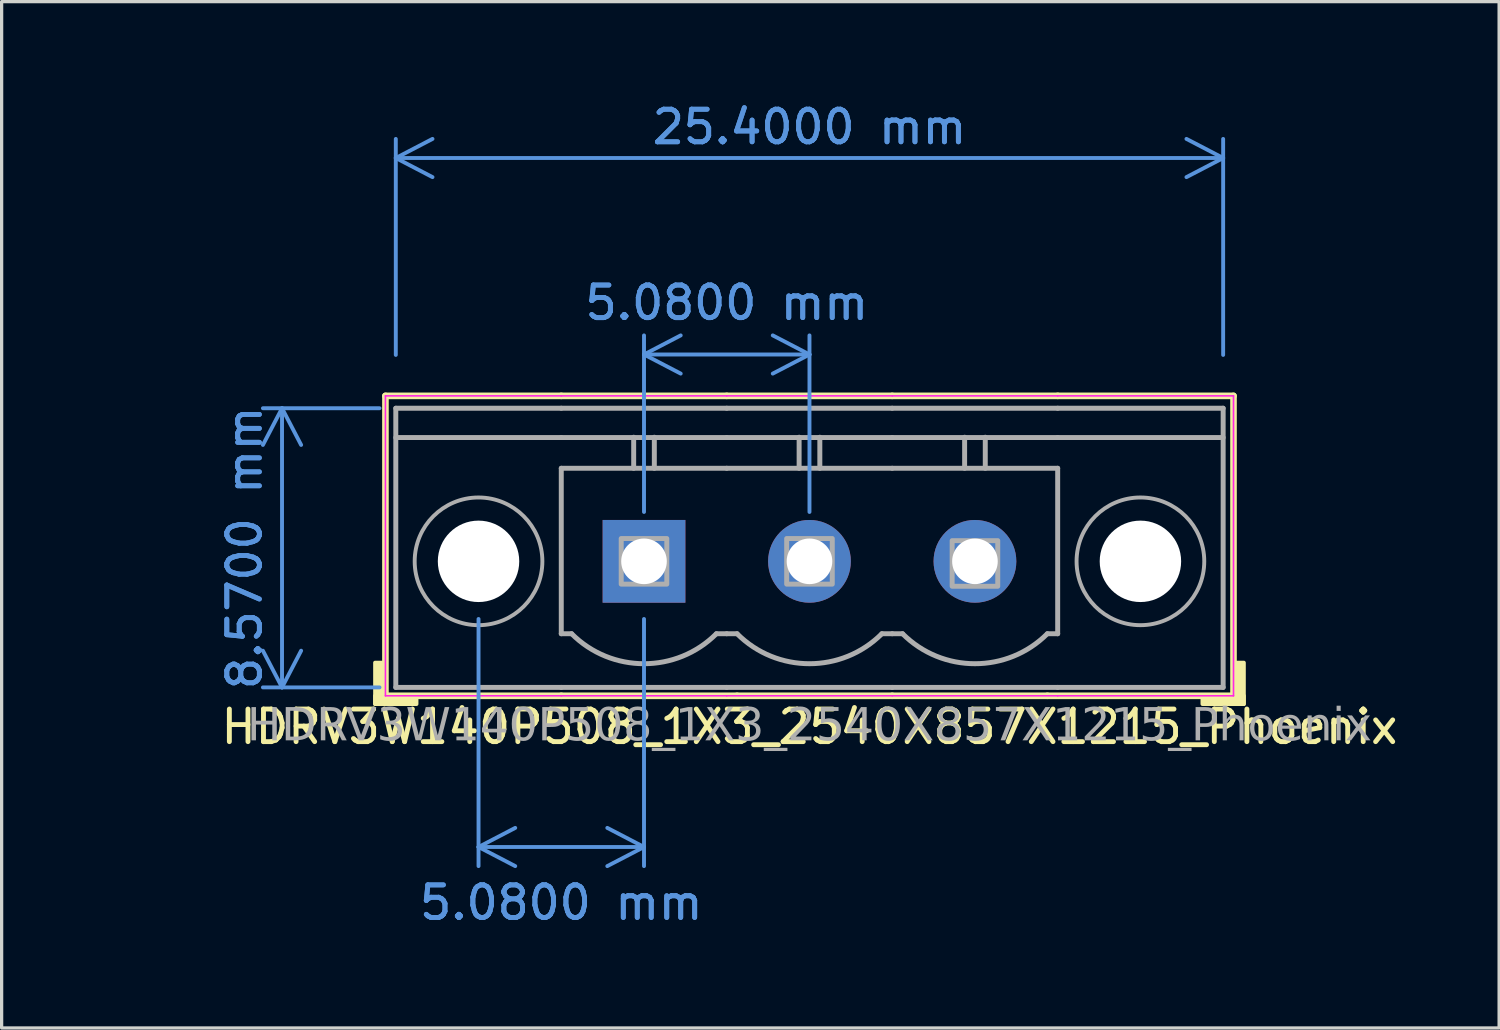
<source format=kicad_pcb>
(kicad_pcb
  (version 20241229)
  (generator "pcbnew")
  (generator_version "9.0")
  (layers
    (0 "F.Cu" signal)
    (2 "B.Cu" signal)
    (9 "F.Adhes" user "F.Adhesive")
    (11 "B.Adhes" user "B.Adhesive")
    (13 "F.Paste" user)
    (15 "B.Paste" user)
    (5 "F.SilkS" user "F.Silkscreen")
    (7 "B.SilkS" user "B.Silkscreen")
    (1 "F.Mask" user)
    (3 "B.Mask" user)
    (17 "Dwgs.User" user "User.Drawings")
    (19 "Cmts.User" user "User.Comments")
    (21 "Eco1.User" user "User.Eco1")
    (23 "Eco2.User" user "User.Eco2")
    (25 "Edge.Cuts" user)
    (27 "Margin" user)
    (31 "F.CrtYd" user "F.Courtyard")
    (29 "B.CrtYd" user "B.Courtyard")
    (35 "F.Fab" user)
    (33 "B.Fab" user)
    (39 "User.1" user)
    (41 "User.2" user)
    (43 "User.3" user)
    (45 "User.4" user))
  (footprint "HDRV3W140P508_1X3_2540X857X1215_Phoenix"
    (layer "F.Cu")
    (at 21.801 14.183)
    (property "Reference" "HDRV3W140P508_1X3_2540X857X1215_Phoenix" (at 0 5.08 0) (layer "F.SilkS") (effects (font (size 1 1) (thickness 0.15))))
    (attr through_hole)
    (fp_line (start -13.018 -5.08) (end -13.018 4.128) (stroke (width 0.203) (type solid)) (layer "F.SilkS"))
    (fp_line (start -13.018 -5.08) (end -7.62 -5.08) (stroke (width 0.203) (type solid)) (layer "F.SilkS"))
    (fp_line (start -13.018 4.128) (end -7.62 4.128) (stroke (width 0.203) (type solid)) (layer "F.SilkS"))
    (fp_line (start -2.54 -5.08) (end -7.62 -5.08) (stroke (width 0.203) (type solid)) (layer "F.SilkS"))
    (fp_line (start -2.223 4.128) (end -7.62 4.128) (stroke (width 0.203) (type solid)) (layer "F.SilkS"))
    (fp_line (start -2.223 4.128) (end 2.54 4.128) (stroke (width 0.203) (type solid)) (layer "F.SilkS"))
    (fp_line (start 2.54 -5.08) (end -2.54 -5.08) (stroke (width 0.203) (type solid)) (layer "F.SilkS"))
    (fp_line (start 2.54 -5.08) (end 7.62 -5.08) (stroke (width 0.203) (type solid)) (layer "F.SilkS"))
    (fp_line (start 7.303 4.128) (end 2.54 4.128) (stroke (width 0.203) (type solid)) (layer "F.SilkS"))
    (fp_line (start 13.018 -5.08) (end 7.62 -5.08) (stroke (width 0.203) (type solid)) (layer "F.SilkS"))
    (fp_line (start 13.018 -5.08) (end 13.018 4.128) (stroke (width 0.203) (type solid)) (layer "F.SilkS"))
    (fp_line (start 13.018 4.128) (end 7.303 4.128) (stroke (width 0.203) (type solid)) (layer "F.SilkS"))
    (fp_rect (start -13.081 3.111) (end -13.335 4.381) (stroke (width 0.12) (type solid)) (fill yes) (layer "F.SilkS"))
    (fp_rect (start -12.065 4.381) (end -13.335 4.128) (stroke (width 0.12) (type solid)) (fill yes) (layer "F.SilkS"))
    (fp_rect (start 12.065 4.381) (end 13.335 4.128) (stroke (width 0.12) (type solid)) (fill yes) (layer "F.SilkS"))
    (fp_rect (start 13.081 3.111) (end 13.335 4.381) (stroke (width 0.12) (type solid)) (fill yes) (layer "F.SilkS"))
    (fp_line (start -13.018 4.128) (end -13.018 -5.08) (stroke (width 0.05) (type solid)) (layer "F.CrtYd"))
    (fp_line (start -7.62 -5.08) (end -13.018 -5.08) (stroke (width 0.05) (type solid)) (layer "F.CrtYd"))
    (fp_line (start -7.62 -5.08) (end -2.54 -5.08) (stroke (width 0.05) (type solid)) (layer "F.CrtYd"))
    (fp_line (start -7.62 4.128) (end -13.018 4.128) (stroke (width 0.05) (type solid)) (layer "F.CrtYd"))
    (fp_line (start -7.62 4.128) (end -2.54 4.128) (stroke (width 0.05) (type solid)) (layer "F.CrtYd"))
    (fp_line (start -2.54 -5.08) (end 2.54 -5.08) (stroke (width 0.05) (type solid)) (layer "F.CrtYd"))
    (fp_line (start -2.54 4.128) (end 2.54 4.128) (stroke (width 0.05) (type solid)) (layer "F.CrtYd"))
    (fp_line (start 7.62 -5.08) (end 2.54 -5.08) (stroke (width 0.05) (type solid)) (layer "F.CrtYd"))
    (fp_line (start 7.62 -5.08) (end 13.018 -5.08) (stroke (width 0.05) (type solid)) (layer "F.CrtYd"))
    (fp_line (start 7.62 4.128) (end 2.54 4.128) (stroke (width 0.05) (type solid)) (layer "F.CrtYd"))
    (fp_line (start 7.62 4.128) (end 13.018 4.128) (stroke (width 0.05) (type solid)) (layer "F.CrtYd"))
    (fp_line (start 13.018 4.128) (end 13.018 -5.08) (stroke (width 0.05) (type solid)) (layer "F.CrtYd"))
    (fp_line (start -12.7 -4.7) (end -12.7 3.87) (stroke (width 0.152) (type solid)) (layer "F.Fab"))
    (fp_line (start -12.7 -3.8) (end -7.62 -3.8) (stroke (width 0.152) (type solid)) (layer "F.Fab"))
    (fp_line (start -7.62 -4.7) (end -12.7 -4.7) (stroke (width 0.152) (type solid)) (layer "F.Fab"))
    (fp_line (start -7.62 -4.7) (end -2.54 -4.7) (stroke (width 0.152) (type solid)) (layer "F.Fab"))
    (fp_line (start -7.62 -2.857) (end -2.54 -2.857) (stroke (width 0.152) (type default)) (layer "F.Fab"))
    (fp_line (start -7.62 2.223) (end -7.62 -2.857) (stroke (width 0.152) (type default)) (layer "F.Fab"))
    (fp_line (start -7.62 3.87) (end -12.7 3.87) (stroke (width 0.152) (type solid)) (layer "F.Fab"))
    (fp_line (start -7.62 3.87) (end -2.54 3.87) (stroke (width 0.152) (type solid)) (layer "F.Fab"))
    (fp_line (start -7.303 2.223) (end -7.62 2.223) (stroke (width 0.152) (type default)) (layer "F.Fab"))
    (fp_line (start -5.397 -3.81) (end -5.397 -2.857) (stroke (width 0.152) (type default)) (layer "F.Fab"))
    (fp_line (start -4.763 -3.81) (end -4.763 -2.857) (stroke (width 0.152) (type default)) (layer "F.Fab"))
    (fp_line (start -2.54 -4.7) (end 2.54 -4.7) (stroke (width 0.152) (type solid)) (layer "F.Fab"))
    (fp_line (start -2.54 -3.8) (end -7.62 -3.8) (stroke (width 0.152) (type solid)) (layer "F.Fab"))
    (fp_line (start -2.54 -2.857) (end 2.54 -2.857) (stroke (width 0.152) (type default)) (layer "F.Fab"))
    (fp_line (start -2.54 2.223) (end -2.857 2.223) (stroke (width 0.152) (type default)) (layer "F.Fab"))
    (fp_line (start -2.54 3.87) (end 2.54 3.87) (stroke (width 0.152) (type solid)) (layer "F.Fab"))
    (fp_line (start -2.223 2.223) (end -2.54 2.223) (stroke (width 0.152) (type default)) (layer "F.Fab"))
    (fp_line (start -0.318 -3.81) (end -0.318 -2.857) (stroke (width 0.152) (type default)) (layer "F.Fab"))
    (fp_line (start 0.318 -3.81) (end 0.318 -2.857) (stroke (width 0.152) (type default)) (layer "F.Fab"))
    (fp_line (start 2.54 -3.8) (end -2.54 -3.8) (stroke (width 0.152) (type solid)) (layer "F.Fab"))
    (fp_line (start 2.54 -3.8) (end 7.62 -3.8) (stroke (width 0.152) (type solid)) (layer "F.Fab"))
    (fp_line (start 2.54 2.223) (end 2.223 2.223) (stroke (width 0.152) (type default)) (layer "F.Fab"))
    (fp_line (start 2.54 2.223) (end 2.857 2.223) (stroke (width 0.152) (type default)) (layer "F.Fab"))
    (fp_line (start 4.763 -3.81) (end 4.763 -2.857) (stroke (width 0.152) (type default)) (layer "F.Fab"))
    (fp_line (start 5.397 -3.81) (end 5.397 -2.857) (stroke (width 0.152) (type default)) (layer "F.Fab"))
    (fp_line (start 7.303 2.223) (end 7.62 2.223) (stroke (width 0.152) (type default)) (layer "F.Fab"))
    (fp_line (start 7.62 -4.7) (end 2.54 -4.7) (stroke (width 0.152) (type solid)) (layer "F.Fab"))
    (fp_line (start 7.62 -4.7) (end 12.7 -4.7) (stroke (width 0.152) (type solid)) (layer "F.Fab"))
    (fp_line (start 7.62 -2.857) (end 2.54 -2.857) (stroke (width 0.152) (type default)) (layer "F.Fab"))
    (fp_line (start 7.62 2.223) (end 7.62 -2.857) (stroke (width 0.152) (type default)) (layer "F.Fab"))
    (fp_line (start 7.62 3.87) (end 2.54 3.87) (stroke (width 0.152) (type solid)) (layer "F.Fab"))
    (fp_line (start 7.62 3.87) (end 12.7 3.87) (stroke (width 0.152) (type solid)) (layer "F.Fab"))
    (fp_line (start 12.7 -4.7) (end 12.7 3.87) (stroke (width 0.152) (type solid)) (layer "F.Fab"))
    (fp_line (start 12.7 -3.8) (end 7.62 -3.8) (stroke (width 0.152) (type solid)) (layer "F.Fab"))
    (fp_rect (start -4.38 -0.7) (end -5.78 0.7) (stroke (width 0.152) (type solid)) (fill no) (layer "F.Fab"))
    (fp_rect (start 0.7 -0.7) (end -0.7 0.7) (stroke (width 0.152) (type solid)) (fill no) (layer "F.Fab"))
    (fp_rect (start 5.78 -0.635) (end 4.38 0.765) (stroke (width 0.152) (type solid)) (fill no) (layer "F.Fab"))
    (fp_arc (start -2.8575 2.2225) (mid -5.08 3.143092) (end -7.3025 2.2225) (stroke (width 0.1524) (type default)) (layer "F.Fab"))
    (fp_arc (start 2.2225 2.2225) (mid 0 3.143092) (end -2.2225 2.2225) (stroke (width 0.1524) (type default)) (layer "F.Fab"))
    (fp_arc (start 7.3025 2.2225) (mid 5.08 3.143092) (end 2.8575 2.2225) (stroke (width 0.1524) (type default)) (layer "F.Fab"))
    (fp_circle (center -10.16 0) (end -8.2 0) (stroke (width 0.12) (type default)) (fill no) (layer "F.Fab"))
    (fp_circle (center 10.16 0) (end 8.2 0) (stroke (width 0.12) (type default)) (fill no) (layer "F.Fab"))
    (fp_text user "${REFERENCE}" (at 0 5.08 0) (layer "F.Fab") (effects (font (face "Tahoma") (size 1 1) (thickness 0.15))))
    (dimension (type aligned) (layer "Cmts.User") (pts (xy 16.721 15.453) (xy 11.641 15.453)) (height -7.5) (format (prefix "") (suffix "") (units 3) (units_format 1) (precision 4)) (style (thickness 0.12) (arrow_length 1.27) (text_position_mode 2) (arrow_direction outward) (extension_height 0.586) (extension_offset 0.5) (keep_text_aligned yes)) (gr_text "5.0800 mm" (at 14.181 24.661 0) (layer "Cmts.User") (effects (font (size 1 1) (thickness 0.15)))))
    (dimension (type aligned) (layer "Cmts.User") (pts (xy 9.101 8.346) (xy 34.501 8.346)) (height -6.545) (format (prefix "") (suffix "") (units 3) (units_format 1) (precision 4)) (style (thickness 0.12) (arrow_length 1.27) (text_position_mode 2) (arrow_direction outward) (extension_height 0.586) (extension_offset 0.5) (keep_text_aligned yes)) (gr_text "25.4000 mm" (at 21.801 0.848 0) (layer "Cmts.User") (effects (font (size 1 1) (thickness 0.15)))))
    (dimension (type aligned) (layer "Cmts.User") (pts (xy 9.101 18.053) (xy 9.101 9.483)) (height -3.493) (format (prefix "") (suffix "") (units 3) (units_format 1) (precision 4)) (style (thickness 0.12) (arrow_length 1.27) (text_position_mode 0) (arrow_direction outward) (extension_height 0.586) (extension_offset 0.5) (keep_text_aligned yes)) (gr_text "8.5700 mm" (at 4.458 13.768 90) (layer "Cmts.User") (effects (font (size 1 1) (thickness 0.15)))))
    (dimension (type aligned) (layer "Cmts.User") (pts (xy 16.721 13.167) (xy 21.801 13.167)) (height -5.334) (format (prefix "") (suffix "") (units 3) (units_format 1) (precision 4)) (style (thickness 0.12) (arrow_length 1.27) (text_position_mode 2) (arrow_direction outward) (extension_height 0.586) (extension_offset 0.5) (keep_text_aligned yes)) (gr_text "5.0800 mm" (at 19.261 6.246 0) (layer "Cmts.User") (effects (font (size 1 1) (thickness 0.15)))))
    (pad "" np_thru_hole circle (at -10.16 0) (size 2.5 2.5) (drill 2.5) (layers "*.Cu" "*.Mask"))
    (pad "" np_thru_hole circle (at 10.16 0) (size 2.5 2.5) (drill 2.5) (layers "*.Cu" "*.Mask"))
    (pad "1" thru_hole rect (at -5.08 0) (size 2.54 2.54) (drill 1.4) (layers "*.Cu" "*.Mask"))
    (pad "1" thru_hole circle (at 5.08 0) (size 2.54 2.54) (drill 1.4) (layers "*.Cu" "*.Mask"))
    (pad "2" thru_hole circle (at 0 0) (size 2.54 2.54) (drill 1.4) (layers "*.Cu" "*.Mask")))
  (gr_rect
    (start -3 -3)
    (end 42.973 28.509)
    (stroke (width 0.1) (type default))
    (fill no)
    (layer "Edge.Cuts")))
</source>
